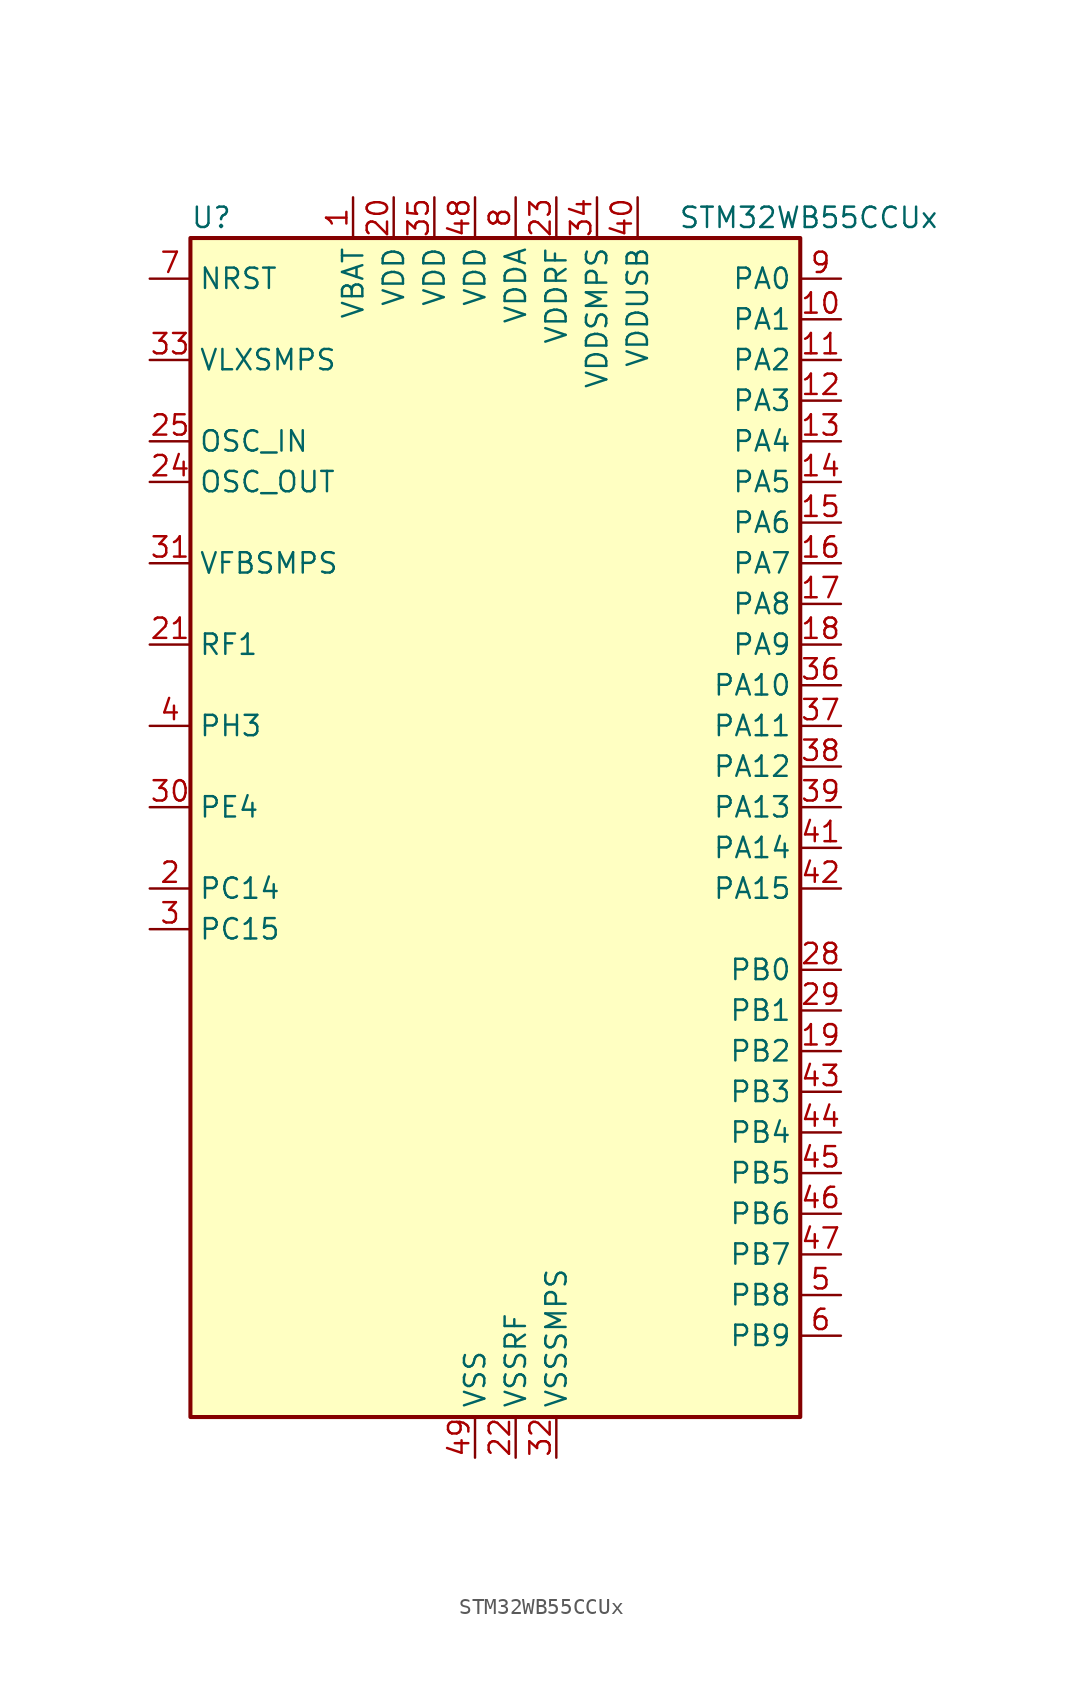
<source format=kicad_sym>
(kicad_symbol_lib
  (version 20220914)
  (generator kicad_symbol_editor)
  (symbol "STM32WB55CCUx"
    (property "Reference" "U"
      (at -17.78 39.37 0)
      (effects (font (size 1.27 1.27)) (justify left)))
    (property "Value" "STM32WB55CCUx"
      (at 12.7 39.37 0)
      (effects (font (size 1.27 1.27)) (justify left)))
    (property "ki_locked" ""
      (at 0 0 0)
      (effects (font (size 1.27 1.27))))
    (symbol "STM32WB55CCUx_0_1"
      (rectangle (start -17.78 -35.56) (end 20.32 38.1) (stroke (width 0.254) (type default)) (fill (type background))))
    (symbol "STM32WB55CCUx_1_1"
      (pin power_in line (at -7.62 40.64 270) (length 2.54) (name "VBAT" (effects (font (size 1.27 1.27)))) (number "1" (effects (font (size 1.27 1.27)))))
      (pin bidirectional line (at 22.86 33.02 180) (length 2.54) (name "PA1" (effects (font (size 1.27 1.27)))) (number "10" (effects (font (size 1.27 1.27)))) (alternate "ADC1_IN6" bidirectional line) (alternate "COMP1_INP" bidirectional line) (alternate "I2C1_SMBA" bidirectional line) (alternate "LCD_SEG0" bidirectional line) (alternate "SPI1_SCK" bidirectional line) (alternate "TIM2_CH2" bidirectional line))
      (pin bidirectional line (at 22.86 30.48 180) (length 2.54) (name "PA2" (effects (font (size 1.27 1.27)))) (number "11" (effects (font (size 1.27 1.27)))) (alternate "ADC1_IN7" bidirectional line) (alternate "COMP2_INM" bidirectional line) (alternate "COMP2_OUT" bidirectional line) (alternate "LCD_SEG1" bidirectional line) (alternate "LPUART1_TX" bidirectional line) (alternate "QUADSPI_BK1_NCS" bidirectional line) (alternate "RCC_LSCO" bidirectional line) (alternate "SYS_WKUP4" bidirectional line) (alternate "TIM2_CH3" bidirectional line))
      (pin bidirectional line (at 22.86 27.94 180) (length 2.54) (name "PA3" (effects (font (size 1.27 1.27)))) (number "12" (effects (font (size 1.27 1.27)))) (alternate "ADC1_IN8" bidirectional line) (alternate "COMP2_INP" bidirectional line) (alternate "LCD_SEG2" bidirectional line) (alternate "LPUART1_RX" bidirectional line) (alternate "QUADSPI_CLK" bidirectional line) (alternate "SAI1_CK1" bidirectional line) (alternate "SAI1_MCLK_A" bidirectional line) (alternate "TIM2_CH4" bidirectional line))
      (pin bidirectional line (at 22.86 25.4 180) (length 2.54) (name "PA4" (effects (font (size 1.27 1.27)))) (number "13" (effects (font (size 1.27 1.27)))) (alternate "ADC1_IN9" bidirectional line) (alternate "COMP1_INM" bidirectional line) (alternate "COMP2_INM" bidirectional line) (alternate "LCD_SEG5" bidirectional line) (alternate "LPTIM2_OUT" bidirectional line) (alternate "SAI1_FS_B" bidirectional line) (alternate "SPI1_NSS" bidirectional line))
      (pin bidirectional line (at 22.86 22.86 180) (length 2.54) (name "PA5" (effects (font (size 1.27 1.27)))) (number "14" (effects (font (size 1.27 1.27)))) (alternate "ADC1_IN10" bidirectional line) (alternate "COMP1_INM" bidirectional line) (alternate "COMP2_INM" bidirectional line) (alternate "LPTIM2_ETR" bidirectional line) (alternate "SAI1_SD_B" bidirectional line) (alternate "SPI1_SCK" bidirectional line) (alternate "TIM2_CH1" bidirectional line) (alternate "TIM2_ETR" bidirectional line))
      (pin bidirectional line (at 22.86 20.32 180) (length 2.54) (name "PA6" (effects (font (size 1.27 1.27)))) (number "15" (effects (font (size 1.27 1.27)))) (alternate "ADC1_IN11" bidirectional line) (alternate "LCD_SEG3" bidirectional line) (alternate "LPUART1_CTS" bidirectional line) (alternate "QUADSPI_BK1_IO3" bidirectional line) (alternate "SPI1_MISO" bidirectional line) (alternate "TIM16_CH1" bidirectional line) (alternate "TIM1_BKIN" bidirectional line))
      (pin bidirectional line (at 22.86 17.78 180) (length 2.54) (name "PA7" (effects (font (size 1.27 1.27)))) (number "16" (effects (font (size 1.27 1.27)))) (alternate "ADC1_IN12" bidirectional line) (alternate "COMP2_OUT" bidirectional line) (alternate "I2C3_SCL" bidirectional line) (alternate "LCD_SEG4" bidirectional line) (alternate "QUADSPI_BK1_IO2" bidirectional line) (alternate "SPI1_MOSI" bidirectional line) (alternate "TIM17_CH1" bidirectional line) (alternate "TIM1_CH1N" bidirectional line))
      (pin bidirectional line (at 22.86 15.24 180) (length 2.54) (name "PA8" (effects (font (size 1.27 1.27)))) (number "17" (effects (font (size 1.27 1.27)))) (alternate "ADC1_IN15" bidirectional line) (alternate "LCD_COM0" bidirectional line) (alternate "LPTIM2_OUT" bidirectional line) (alternate "RCC_MCO" bidirectional line) (alternate "SAI1_CK2" bidirectional line) (alternate "SAI1_SCK_A" bidirectional line) (alternate "TIM1_CH1" bidirectional line) (alternate "USART1_CK" bidirectional line))
      (pin bidirectional line (at 22.86 12.7 180) (length 2.54) (name "PA9" (effects (font (size 1.27 1.27)))) (number "18" (effects (font (size 1.27 1.27)))) (alternate "ADC1_IN16" bidirectional line) (alternate "COMP1_INM" bidirectional line) (alternate "I2C1_SCL" bidirectional line) (alternate "LCD_COM1" bidirectional line) (alternate "SAI1_D2" bidirectional line) (alternate "SAI1_FS_A" bidirectional line) (alternate "TIM1_CH2" bidirectional line) (alternate "USART1_TX" bidirectional line))
      (pin bidirectional line (at 22.86 -12.7 180) (length 2.54) (name "PB2" (effects (font (size 1.27 1.27)))) (number "19" (effects (font (size 1.27 1.27)))) (alternate "COMP1_INP" bidirectional line) (alternate "I2C3_SMBA" bidirectional line) (alternate "LCD_VLCD" bidirectional line) (alternate "LPTIM1_OUT" bidirectional line) (alternate "RTC_OUT2" bidirectional line) (alternate "SAI1_EXTCLK" bidirectional line) (alternate "SPI1_NSS" bidirectional line))
      (pin bidirectional line (at -20.32 -2.54 0) (length 2.54) (name "PC14" (effects (font (size 1.27 1.27)))) (number "2" (effects (font (size 1.27 1.27)))) (alternate "RCC_OSC32_IN" bidirectional line))
      (pin power_in line (at -5.08 40.64 270) (length 2.54) (name "VDD" (effects (font (size 1.27 1.27)))) (number "20" (effects (font (size 1.27 1.27)))))
      (pin bidirectional line (at -20.32 12.7 0) (length 2.54) (name "RF1" (effects (font (size 1.27 1.27)))) (number "21" (effects (font (size 1.27 1.27)))) (alternate "RF_RF1" bidirectional line))
      (pin power_in line (at 2.54 -38.1 90) (length 2.54) (name "VSSRF" (effects (font (size 1.27 1.27)))) (number "22" (effects (font (size 1.27 1.27)))))
      (pin power_in line (at 5.08 40.64 270) (length 2.54) (name "VDDRF" (effects (font (size 1.27 1.27)))) (number "23" (effects (font (size 1.27 1.27)))))
      (pin input line (at -20.32 22.86 0) (length 2.54) (name "OSC_OUT" (effects (font (size 1.27 1.27)))) (number "24" (effects (font (size 1.27 1.27)))) (alternate "RCC_OSC_OUT" bidirectional line))
      (pin input line (at -20.32 25.4 0) (length 2.54) (name "OSC_IN" (effects (font (size 1.27 1.27)))) (number "25" (effects (font (size 1.27 1.27)))) (alternate "RCC_OSC_IN" bidirectional line))
      (pin no_connect line (at -17.78 -35.56 0) (length 2.54) hide (name "AT0" (effects (font (size 1.27 1.27)))) (number "26" (effects (font (size 1.27 1.27)))))
      (pin no_connect line (at -17.78 -33.02 0) (length 2.54) hide (name "AT1" (effects (font (size 1.27 1.27)))) (number "27" (effects (font (size 1.27 1.27)))))
      (pin bidirectional line (at 22.86 -7.62 180) (length 2.54) (name "PB0" (effects (font (size 1.27 1.27)))) (number "28" (effects (font (size 1.27 1.27)))) (alternate "COMP1_OUT" bidirectional line) (alternate "RF_TX_MOD_EXT_PA" bidirectional line))
      (pin bidirectional line (at 22.86 -10.16 180) (length 2.54) (name "PB1" (effects (font (size 1.27 1.27)))) (number "29" (effects (font (size 1.27 1.27)))) (alternate "LPTIM2_IN1" bidirectional line) (alternate "LPUART1_DE" bidirectional line) (alternate "LPUART1_RTS" bidirectional line))
      (pin bidirectional line (at -20.32 -5.08 0) (length 2.54) (name "PC15" (effects (font (size 1.27 1.27)))) (number "3" (effects (font (size 1.27 1.27)))) (alternate "ADC1_EXTI15" bidirectional line) (alternate "RCC_OSC32_OUT" bidirectional line))
      (pin bidirectional line (at -20.32 2.54 0) (length 2.54) (name "PE4" (effects (font (size 1.27 1.27)))) (number "30" (effects (font (size 1.27 1.27)))))
      (pin input line (at -20.32 17.78 0) (length 2.54) (name "VFBSMPS" (effects (font (size 1.27 1.27)))) (number "31" (effects (font (size 1.27 1.27)))))
      (pin power_in line (at 5.08 -38.1 90) (length 2.54) (name "VSSSMPS" (effects (font (size 1.27 1.27)))) (number "32" (effects (font (size 1.27 1.27)))))
      (pin power_in line (at -20.32 30.48 0) (length 2.54) (name "VLXSMPS" (effects (font (size 1.27 1.27)))) (number "33" (effects (font (size 1.27 1.27)))))
      (pin power_in line (at 7.62 40.64 270) (length 2.54) (name "VDDSMPS" (effects (font (size 1.27 1.27)))) (number "34" (effects (font (size 1.27 1.27)))))
      (pin power_in line (at -2.54 40.64 270) (length 2.54) (name "VDD" (effects (font (size 1.27 1.27)))) (number "35" (effects (font (size 1.27 1.27)))))
      (pin bidirectional line (at 22.86 10.16 180) (length 2.54) (name "PA10" (effects (font (size 1.27 1.27)))) (number "36" (effects (font (size 1.27 1.27)))) (alternate "CRS_SYNC" bidirectional line) (alternate "I2C1_SDA" bidirectional line) (alternate "LCD_COM2" bidirectional line) (alternate "SAI1_D1" bidirectional line) (alternate "SAI1_SD_A" bidirectional line) (alternate "TIM17_BKIN" bidirectional line) (alternate "TIM1_CH3" bidirectional line) (alternate "USART1_RX" bidirectional line))
      (pin bidirectional line (at 22.86 7.62 180) (length 2.54) (name "PA11" (effects (font (size 1.27 1.27)))) (number "37" (effects (font (size 1.27 1.27)))) (alternate "ADC1_EXTI11" bidirectional line) (alternate "SPI1_MISO" bidirectional line) (alternate "TIM1_BKIN2" bidirectional line) (alternate "TIM1_CH4" bidirectional line) (alternate "USART1_CTS" bidirectional line) (alternate "USART1_NSS" bidirectional line) (alternate "USB_DM" bidirectional line))
      (pin bidirectional line (at 22.86 5.08 180) (length 2.54) (name "PA12" (effects (font (size 1.27 1.27)))) (number "38" (effects (font (size 1.27 1.27)))) (alternate "LPUART1_RX" bidirectional line) (alternate "SPI1_MOSI" bidirectional line) (alternate "TIM1_ETR" bidirectional line) (alternate "USART1_DE" bidirectional line) (alternate "USART1_RTS" bidirectional line) (alternate "USB_DP" bidirectional line))
      (pin bidirectional line (at 22.86 2.54 180) (length 2.54) (name "PA13" (effects (font (size 1.27 1.27)))) (number "39" (effects (font (size 1.27 1.27)))) (alternate "IR_OUT" bidirectional line) (alternate "SAI1_SD_B" bidirectional line) (alternate "SYS_JTMS-SWDIO" bidirectional line) (alternate "USB_NOE" bidirectional line))
      (pin bidirectional line (at -20.32 7.62 0) (length 2.54) (name "PH3" (effects (font (size 1.27 1.27)))) (number "4" (effects (font (size 1.27 1.27)))) (alternate "RCC_LSCO" bidirectional line))
      (pin power_in line (at 10.16 40.64 270) (length 2.54) (name "VDDUSB" (effects (font (size 1.27 1.27)))) (number "40" (effects (font (size 1.27 1.27)))))
      (pin bidirectional line (at 22.86 0 180) (length 2.54) (name "PA14" (effects (font (size 1.27 1.27)))) (number "41" (effects (font (size 1.27 1.27)))) (alternate "I2C1_SMBA" bidirectional line) (alternate "LCD_SEG5" bidirectional line) (alternate "LPTIM1_OUT" bidirectional line) (alternate "SAI1_FS_B" bidirectional line) (alternate "SYS_JTCK-SWCLK" bidirectional line))
      (pin bidirectional line (at 22.86 -2.54 180) (length 2.54) (name "PA15" (effects (font (size 1.27 1.27)))) (number "42" (effects (font (size 1.27 1.27)))) (alternate "ADC1_EXTI15" bidirectional line) (alternate "LCD_SEG17" bidirectional line) (alternate "RCC_MCO" bidirectional line) (alternate "SPI1_NSS" bidirectional line) (alternate "SYS_JTDI" bidirectional line) (alternate "TIM2_CH1" bidirectional line) (alternate "TIM2_ETR" bidirectional line))
      (pin bidirectional line (at 22.86 -15.24 180) (length 2.54) (name "PB3" (effects (font (size 1.27 1.27)))) (number "43" (effects (font (size 1.27 1.27)))) (alternate "COMP2_INM" bidirectional line) (alternate "LCD_SEG7" bidirectional line) (alternate "SAI1_SCK_B" bidirectional line) (alternate "SPI1_SCK" bidirectional line) (alternate "SYS_JTDO-SWO" bidirectional line) (alternate "TIM2_CH2" bidirectional line) (alternate "USART1_DE" bidirectional line) (alternate "USART1_RTS" bidirectional line))
      (pin bidirectional line (at 22.86 -17.78 180) (length 2.54) (name "PB4" (effects (font (size 1.27 1.27)))) (number "44" (effects (font (size 1.27 1.27)))) (alternate "COMP2_INP" bidirectional line) (alternate "I2C3_SDA" bidirectional line) (alternate "LCD_SEG8" bidirectional line) (alternate "SAI1_MCLK_B" bidirectional line) (alternate "SPI1_MISO" bidirectional line) (alternate "SYS_JTRST" bidirectional line) (alternate "TIM17_BKIN" bidirectional line) (alternate "USART1_CTS" bidirectional line) (alternate "USART1_NSS" bidirectional line))
      (pin bidirectional line (at 22.86 -20.32 180) (length 2.54) (name "PB5" (effects (font (size 1.27 1.27)))) (number "45" (effects (font (size 1.27 1.27)))) (alternate "COMP2_OUT" bidirectional line) (alternate "I2C1_SMBA" bidirectional line) (alternate "LCD_SEG9" bidirectional line) (alternate "LPTIM1_IN1" bidirectional line) (alternate "LPUART1_TX" bidirectional line) (alternate "SAI1_SD_B" bidirectional line) (alternate "SPI1_MOSI" bidirectional line) (alternate "TIM16_BKIN" bidirectional line) (alternate "USART1_CK" bidirectional line))
      (pin bidirectional line (at 22.86 -22.86 180) (length 2.54) (name "PB6" (effects (font (size 1.27 1.27)))) (number "46" (effects (font (size 1.27 1.27)))) (alternate "COMP2_INP" bidirectional line) (alternate "I2C1_SCL" bidirectional line) (alternate "LCD_SEG6" bidirectional line) (alternate "LPTIM1_ETR" bidirectional line) (alternate "RCC_MCO" bidirectional line) (alternate "SAI1_FS_B" bidirectional line) (alternate "TIM16_CH1N" bidirectional line) (alternate "USART1_TX" bidirectional line))
      (pin bidirectional line (at 22.86 -25.4 180) (length 2.54) (name "PB7" (effects (font (size 1.27 1.27)))) (number "47" (effects (font (size 1.27 1.27)))) (alternate "COMP2_INM" bidirectional line) (alternate "I2C1_SDA" bidirectional line) (alternate "LCD_SEG21" bidirectional line) (alternate "LPTIM1_IN2" bidirectional line) (alternate "SYS_PVD_IN" bidirectional line) (alternate "TIM17_CH1N" bidirectional line) (alternate "TIM1_BKIN" bidirectional line) (alternate "USART1_RX" bidirectional line))
      (pin power_in line (at 0 40.64 270) (length 2.54) (name "VDD" (effects (font (size 1.27 1.27)))) (number "48" (effects (font (size 1.27 1.27)))))
      (pin power_in line (at 0 -38.1 90) (length 2.54) (name "VSS" (effects (font (size 1.27 1.27)))) (number "49" (effects (font (size 1.27 1.27)))))
      (pin bidirectional line (at 22.86 -27.94 180) (length 2.54) (name "PB8" (effects (font (size 1.27 1.27)))) (number "5" (effects (font (size 1.27 1.27)))) (alternate "I2C1_SCL" bidirectional line) (alternate "LCD_SEG16" bidirectional line) (alternate "QUADSPI_BK1_IO1" bidirectional line) (alternate "SAI1_CK1" bidirectional line) (alternate "SAI1_MCLK_A" bidirectional line) (alternate "TIM16_CH1" bidirectional line) (alternate "TIM1_CH2N" bidirectional line))
      (pin bidirectional line (at 22.86 -30.48 180) (length 2.54) (name "PB9" (effects (font (size 1.27 1.27)))) (number "6" (effects (font (size 1.27 1.27)))) (alternate "I2C1_SDA" bidirectional line) (alternate "IR_OUT" bidirectional line) (alternate "LCD_COM3" bidirectional line) (alternate "QUADSPI_BK1_IO0" bidirectional line) (alternate "SAI1_D2" bidirectional line) (alternate "SAI1_FS_A" bidirectional line) (alternate "TIM17_CH1" bidirectional line) (alternate "TIM1_CH3N" bidirectional line))
      (pin input line (at -20.32 35.56 0) (length 2.54) (name "NRST" (effects (font (size 1.27 1.27)))) (number "7" (effects (font (size 1.27 1.27)))))
      (pin power_in line (at 2.54 40.64 270) (length 2.54) (name "VDDA" (effects (font (size 1.27 1.27)))) (number "8" (effects (font (size 1.27 1.27)))))
      (pin bidirectional line (at 22.86 35.56 180) (length 2.54) (name "PA0" (effects (font (size 1.27 1.27)))) (number "9" (effects (font (size 1.27 1.27)))) (alternate "ADC1_IN5" bidirectional line) (alternate "COMP1_INM" bidirectional line) (alternate "COMP1_OUT" bidirectional line) (alternate "RTC_TAMP2" bidirectional line) (alternate "SAI1_EXTCLK" bidirectional line) (alternate "SYS_WKUP1" bidirectional line) (alternate "TIM2_CH1" bidirectional line) (alternate "TIM2_ETR" bidirectional line)))))
</source>
